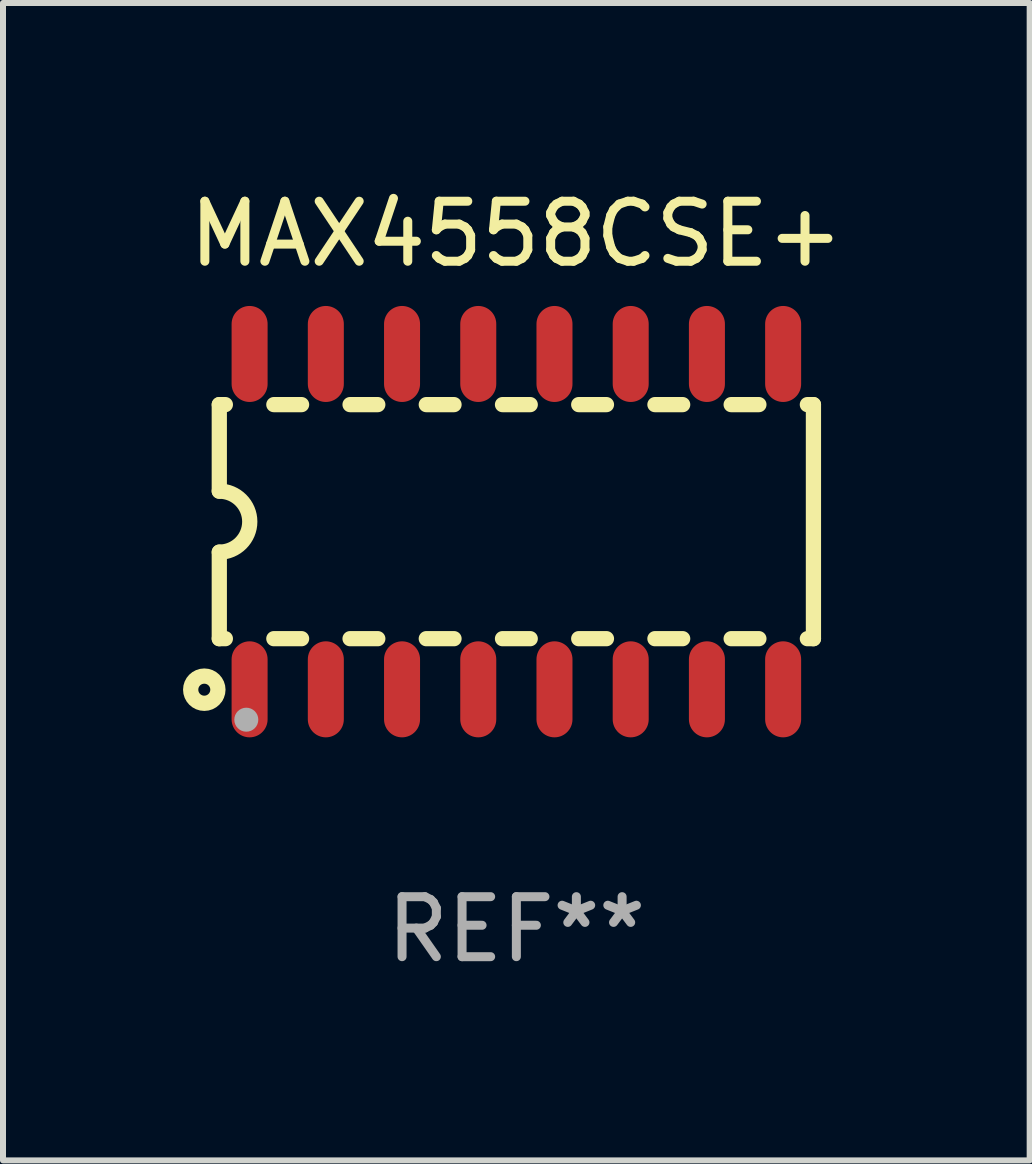
<source format=kicad_pcb>
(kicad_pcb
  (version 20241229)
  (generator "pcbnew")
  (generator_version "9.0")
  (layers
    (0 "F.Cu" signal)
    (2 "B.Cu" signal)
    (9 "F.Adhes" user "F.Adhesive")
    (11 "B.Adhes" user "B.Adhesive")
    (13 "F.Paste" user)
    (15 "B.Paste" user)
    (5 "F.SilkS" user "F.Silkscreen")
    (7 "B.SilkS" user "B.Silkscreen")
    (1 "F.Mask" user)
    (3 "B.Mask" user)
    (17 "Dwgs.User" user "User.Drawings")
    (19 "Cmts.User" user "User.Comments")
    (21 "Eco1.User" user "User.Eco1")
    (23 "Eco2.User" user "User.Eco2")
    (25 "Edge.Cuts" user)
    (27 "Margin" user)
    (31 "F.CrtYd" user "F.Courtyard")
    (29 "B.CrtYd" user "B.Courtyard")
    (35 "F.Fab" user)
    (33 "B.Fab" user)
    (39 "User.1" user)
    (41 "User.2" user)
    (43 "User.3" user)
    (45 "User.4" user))
  (footprint "MAX4558CSE+"
    (layer "F.Cu")
    (at 5.554 5.642)
    (property "Reference" "MAX4558CSE+" (at 0 -4.794 0) (layer "F.SilkS") (effects (font (size 1 1) (thickness 0.15))))
    (attr through_hole)
    (fp_line (start -4.95 -1.95) (end -4.95 -0.508) (stroke (width 0.254) (type solid)) (layer "F.SilkS"))
    (fp_line (start -4.95 -1.95) (end -4.849 -1.95) (stroke (width 0.254) (type solid)) (layer "F.SilkS"))
    (fp_line (start -4.95 1.95) (end -4.95 0.508) (stroke (width 0.254) (type solid)) (layer "F.SilkS"))
    (fp_line (start -4.95 1.95) (end -4.849 1.95) (stroke (width 0.254) (type solid)) (layer "F.SilkS"))
    (fp_line (start -4.041 -1.95) (end -3.579 -1.95) (stroke (width 0.254) (type solid)) (layer "F.SilkS"))
    (fp_line (start -4.041 1.95) (end -3.579 1.95) (stroke (width 0.254) (type solid)) (layer "F.SilkS"))
    (fp_line (start -2.771 -1.95) (end -2.309 -1.95) (stroke (width 0.254) (type solid)) (layer "F.SilkS"))
    (fp_line (start -2.771 1.95) (end -2.309 1.95) (stroke (width 0.254) (type solid)) (layer "F.SilkS"))
    (fp_line (start -1.501 -1.95) (end -1.039 -1.95) (stroke (width 0.254) (type solid)) (layer "F.SilkS"))
    (fp_line (start -1.501 1.95) (end -1.039 1.95) (stroke (width 0.254) (type solid)) (layer "F.SilkS"))
    (fp_line (start -0.231 -1.95) (end 0.231 -1.95) (stroke (width 0.254) (type solid)) (layer "F.SilkS"))
    (fp_line (start -0.231 1.95) (end 0.231 1.95) (stroke (width 0.254) (type solid)) (layer "F.SilkS"))
    (fp_line (start 1.039 -1.95) (end 1.501 -1.95) (stroke (width 0.254) (type solid)) (layer "F.SilkS"))
    (fp_line (start 1.039 1.95) (end 1.501 1.95) (stroke (width 0.254) (type solid)) (layer "F.SilkS"))
    (fp_line (start 2.309 -1.95) (end 2.771 -1.95) (stroke (width 0.254) (type solid)) (layer "F.SilkS"))
    (fp_line (start 2.309 1.95) (end 2.771 1.95) (stroke (width 0.254) (type solid)) (layer "F.SilkS"))
    (fp_line (start 3.579 -1.95) (end 4.041 -1.95) (stroke (width 0.254) (type solid)) (layer "F.SilkS"))
    (fp_line (start 3.579 1.95) (end 4.041 1.95) (stroke (width 0.254) (type solid)) (layer "F.SilkS"))
    (fp_line (start 4.849 -1.95) (end 4.95 -1.95) (stroke (width 0.254) (type solid)) (layer "F.SilkS"))
    (fp_line (start 4.849 1.95) (end 4.95 1.95) (stroke (width 0.254) (type solid)) (layer "F.SilkS"))
    (fp_line (start 4.95 -1.95) (end 4.95 1.95) (stroke (width 0.254) (type solid)) (layer "F.SilkS"))
    (fp_arc (start -4.95047 -0.508001) (mid -4.442469 -0.000228) (end -4.950013 0.508001) (stroke (width 0.254001) (type solid)) (layer "F.SilkS"))
    (fp_circle (center -5.2 2.8) (end -5.1 2.8) (stroke (width 0.254) (type solid)) (fill no) (layer "F.SilkS"))
    (fp_circle (center -4.95 2.947) (end -4.92 2.947) (stroke (width 0.06) (type solid)) (fill no) (layer "F.SilkS"))
    (fp_circle (center -4.5 3.3) (end -4.4 3.3) (stroke (width 0.2) (type solid)) (fill no) (layer "F.Fab"))
    (fp_text user "REF**" (at 0 6.794 0) (layer "F.Fab") (effects (font (size 1 1) (thickness 0.15))))
    (pad "1" smd oval (at -4.445 2.794) (size 0.6 1.6) (layers "F.Cu" "F.Mask" "F.Paste"))
    (pad "2" smd oval (at -3.175 2.794) (size 0.6 1.6) (layers "F.Cu" "F.Mask" "F.Paste"))
    (pad "3" smd oval (at -1.905 2.794) (size 0.6 1.6) (layers "F.Cu" "F.Mask" "F.Paste"))
    (pad "4" smd oval (at -0.635 2.794) (size 0.6 1.6) (layers "F.Cu" "F.Mask" "F.Paste"))
    (pad "5" smd oval (at 0.635 2.794) (size 0.6 1.6) (layers "F.Cu" "F.Mask" "F.Paste"))
    (pad "6" smd oval (at 1.905 2.794) (size 0.6 1.6) (layers "F.Cu" "F.Mask" "F.Paste"))
    (pad "7" smd oval (at 3.175 2.794) (size 0.6 1.6) (layers "F.Cu" "F.Mask" "F.Paste"))
    (pad "8" smd oval (at 4.445 2.794) (size 0.6 1.6) (layers "F.Cu" "F.Mask" "F.Paste"))
    (pad "9" smd oval (at 4.445 -2.794) (size 0.6 1.6) (layers "F.Cu" "F.Mask" "F.Paste"))
    (pad "10" smd oval (at 3.175 -2.794) (size 0.6 1.6) (layers "F.Cu" "F.Mask" "F.Paste"))
    (pad "11" smd oval (at 1.905 -2.794) (size 0.6 1.6) (layers "F.Cu" "F.Mask" "F.Paste"))
    (pad "12" smd oval (at 0.635 -2.794) (size 0.6 1.6) (layers "F.Cu" "F.Mask" "F.Paste"))
    (pad "13" smd oval (at -0.635 -2.794) (size 0.6 1.6) (layers "F.Cu" "F.Mask" "F.Paste"))
    (pad "14" smd oval (at -1.905 -2.794) (size 0.6 1.6) (layers "F.Cu" "F.Mask" "F.Paste"))
    (pad "15" smd oval (at -3.175 -2.794) (size 0.6 1.6) (layers "F.Cu" "F.Mask" "F.Paste"))
    (pad "16" smd oval (at -4.445 -2.794) (size 0.6 1.6) (layers "F.Cu" "F.Mask" "F.Paste")))
  (gr_rect
    (start -3 -3)
    (end 14.107 16.285)
    (stroke (width 0.1) (type default))
    (fill no)
    (layer "Edge.Cuts")))
</source>
